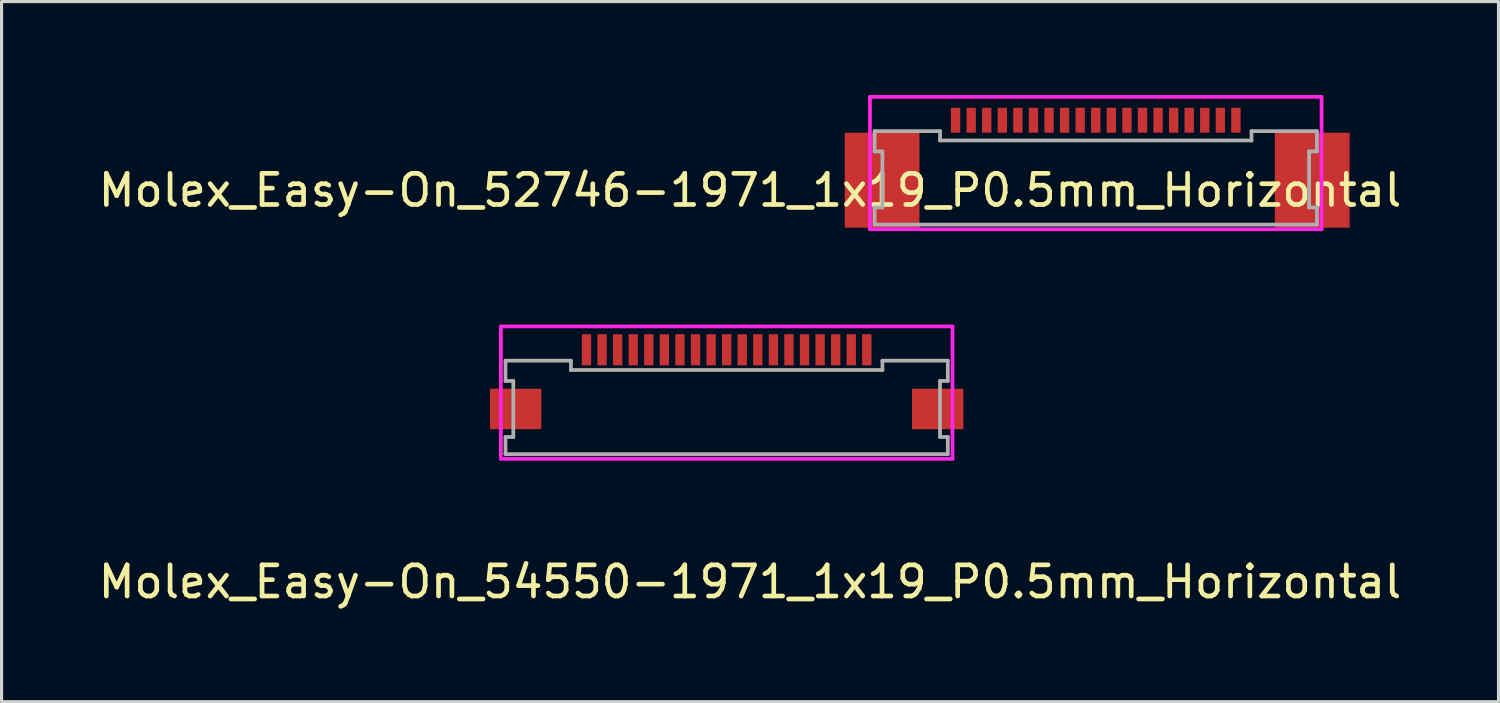
<source format=kicad_pcb>
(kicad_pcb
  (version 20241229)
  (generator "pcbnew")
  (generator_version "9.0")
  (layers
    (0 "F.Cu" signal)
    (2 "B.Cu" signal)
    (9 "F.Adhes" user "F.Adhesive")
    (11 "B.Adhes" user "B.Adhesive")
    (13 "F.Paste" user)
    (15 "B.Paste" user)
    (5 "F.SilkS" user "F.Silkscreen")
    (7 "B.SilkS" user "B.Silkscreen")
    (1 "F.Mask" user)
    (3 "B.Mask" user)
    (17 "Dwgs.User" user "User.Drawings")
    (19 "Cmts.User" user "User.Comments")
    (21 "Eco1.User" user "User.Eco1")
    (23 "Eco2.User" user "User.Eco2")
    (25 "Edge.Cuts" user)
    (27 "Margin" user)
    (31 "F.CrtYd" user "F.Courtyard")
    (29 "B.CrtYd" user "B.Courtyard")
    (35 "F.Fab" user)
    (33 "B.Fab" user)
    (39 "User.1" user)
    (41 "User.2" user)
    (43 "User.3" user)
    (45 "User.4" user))
  (footprint "Molex_Easy-On_54550-1971_1x19_P0.5mm_Horizontal"
    (layer "F.Cu")
    (at 20.28 8.68)
    (property "Reference" "Molex_Easy-On_54550-1971_1x19_P0.5mm_Horizontal" (at 0.75 6.95 0) (layer "F.SilkS") (effects (font (size 1 1) (thickness 0.15))))
    (attr through_hole)
    (fp_line (start -7.25 -1.25) (end 7.25 -1.25) (stroke (width 0.12) (type solid)) (layer "F.CrtYd"))
    (fp_line (start -7.25 3) (end -7.25 -1.25) (stroke (width 0.12) (type solid)) (layer "F.CrtYd"))
    (fp_line (start 7.25 -1.25) (end 7.25 3) (stroke (width 0.12) (type solid)) (layer "F.CrtYd"))
    (fp_line (start 7.25 3) (end -7.25 3) (stroke (width 0.12) (type solid)) (layer "F.CrtYd"))
    (fp_line (start -7.1 -0.15) (end -7.1 0.5) (stroke (width 0.12) (type solid)) (layer "F.Fab"))
    (fp_line (start -7.1 0.5) (end -6.85 0.5) (stroke (width 0.12) (type solid)) (layer "F.Fab"))
    (fp_line (start -7.1 2.3) (end -7.1 2.85) (stroke (width 0.12) (type solid)) (layer "F.Fab"))
    (fp_line (start -7.1 2.85) (end 7.1 2.85) (stroke (width 0.12) (type solid)) (layer "F.Fab"))
    (fp_line (start -6.85 0.5) (end -6.85 2.3) (stroke (width 0.12) (type solid)) (layer "F.Fab"))
    (fp_line (start -6.85 2.3) (end -7.1 2.3) (stroke (width 0.12) (type solid)) (layer "F.Fab"))
    (fp_line (start -5 -0.15) (end -7.1 -0.15) (stroke (width 0.12) (type solid)) (layer "F.Fab"))
    (fp_line (start -5 0.15) (end -5 -0.15) (stroke (width 0.12) (type solid)) (layer "F.Fab"))
    (fp_line (start 5 -0.15) (end 5 0.15) (stroke (width 0.12) (type solid)) (layer "F.Fab"))
    (fp_line (start 5 0.15) (end -5 0.15) (stroke (width 0.12) (type solid)) (layer "F.Fab"))
    (fp_line (start 6.85 0.5) (end 7.1 0.5) (stroke (width 0.12) (type solid)) (layer "F.Fab"))
    (fp_line (start 6.85 2.3) (end 6.85 0.5) (stroke (width 0.12) (type solid)) (layer "F.Fab"))
    (fp_line (start 7.1 -0.15) (end 5 -0.15) (stroke (width 0.12) (type solid)) (layer "F.Fab"))
    (fp_line (start 7.1 0.5) (end 7.1 -0.15) (stroke (width 0.12) (type solid)) (layer "F.Fab"))
    (fp_line (start 7.1 2.3) (end 6.85 2.3) (stroke (width 0.12) (type solid)) (layer "F.Fab"))
    (fp_line (start 7.1 2.85) (end 7.1 2.3) (stroke (width 0.12) (type solid)) (layer "F.Fab"))
    (pad "1" smd rect (at -4.5 -0.5) (size 0.3 1) (layers "F.Cu" "F.Mask" "F.Paste"))
    (pad "2" smd rect (at -4 -0.5) (size 0.3 1) (layers "F.Cu" "F.Mask" "F.Paste"))
    (pad "3" smd rect (at -3.5 -0.5) (size 0.3 1) (layers "F.Cu" "F.Mask" "F.Paste"))
    (pad "4" smd rect (at -3 -0.5) (size 0.3 1) (layers "F.Cu" "F.Mask" "F.Paste"))
    (pad "5" smd rect (at -2.5 -0.5) (size 0.3 1) (layers "F.Cu" "F.Mask" "F.Paste"))
    (pad "6" smd rect (at -2 -0.5) (size 0.3 1) (layers "F.Cu" "F.Mask" "F.Paste"))
    (pad "7" smd rect (at -1.5 -0.5) (size 0.3 1) (layers "F.Cu" "F.Mask" "F.Paste"))
    (pad "8" smd rect (at -1 -0.5) (size 0.3 1) (layers "F.Cu" "F.Mask" "F.Paste"))
    (pad "9" smd rect (at -0.5 -0.5) (size 0.3 1) (layers "F.Cu" "F.Mask" "F.Paste"))
    (pad "10" smd rect (at 0 -0.5) (size 0.3 1) (layers "F.Cu" "F.Mask" "F.Paste"))
    (pad "11" smd rect (at 0.5 -0.5) (size 0.3 1) (layers "F.Cu" "F.Mask" "F.Paste"))
    (pad "12" smd rect (at 1 -0.5) (size 0.3 1) (layers "F.Cu" "F.Mask" "F.Paste"))
    (pad "13" smd rect (at 1.5 -0.5) (size 0.3 1) (layers "F.Cu" "F.Mask" "F.Paste"))
    (pad "14" smd rect (at 2 -0.5) (size 0.3 1) (layers "F.Cu" "F.Mask" "F.Paste"))
    (pad "15" smd rect (at 2.5 -0.5) (size 0.3 1) (layers "F.Cu" "F.Mask" "F.Paste"))
    (pad "16" smd rect (at 3 -0.5) (size 0.3 1) (layers "F.Cu" "F.Mask" "F.Paste"))
    (pad "17" smd rect (at 3.5 -0.5) (size 0.3 1) (layers "F.Cu" "F.Mask" "F.Paste"))
    (pad "18" smd rect (at 4 -0.5) (size 0.3 1) (layers "F.Cu" "F.Mask" "F.Paste"))
    (pad "19" smd rect (at 4.5 -0.5) (size 0.3 1) (layers "F.Cu" "F.Mask" "F.Paste"))
    (pad "MP" smd rect (at -7.6 0.75) (size 1.65 1.3) (drill (offset 0.825 0.65)) (layers "F.Cu" "F.Mask" "F.Paste"))
    (pad "MP" smd rect (at 7.6 0.75) (size 1.65 1.3) (drill (offset -0.825 0.65)) (layers "F.Cu" "F.Mask" "F.Paste")))
  (footprint "Molex_Easy-On_52746-1971_1x19_P0.5mm_Horizontal"
    (layer "F.Cu")
    (at 32.13 0.81)
    (property "Reference" "Molex_Easy-On_52746-1971_1x19_P0.5mm_Horizontal" (at -11.1 2.25 0) (layer "F.SilkS") (effects (font (size 1 1) (thickness 0.15))))
    (attr through_hole)
    (fp_line (start -7.25 -0.75) (end 7.25 -0.75) (stroke (width 0.12) (type solid)) (layer "F.CrtYd"))
    (fp_line (start -7.25 3.5) (end -7.25 -0.75) (stroke (width 0.12) (type solid)) (layer "F.CrtYd"))
    (fp_line (start 7.25 -0.75) (end 7.25 3.5) (stroke (width 0.12) (type solid)) (layer "F.CrtYd"))
    (fp_line (start 7.25 3.5) (end -7.25 3.5) (stroke (width 0.12) (type solid)) (layer "F.CrtYd"))
    (fp_line (start -7.1 0.35) (end -7.1 1) (stroke (width 0.12) (type solid)) (layer "F.Fab"))
    (fp_line (start -7.1 1) (end -6.85 1) (stroke (width 0.12) (type solid)) (layer "F.Fab"))
    (fp_line (start -7.1 2.8) (end -7.1 3.35) (stroke (width 0.12) (type solid)) (layer "F.Fab"))
    (fp_line (start -7.1 3.35) (end 7.1 3.35) (stroke (width 0.12) (type solid)) (layer "F.Fab"))
    (fp_line (start -6.85 1) (end -6.85 2.8) (stroke (width 0.12) (type solid)) (layer "F.Fab"))
    (fp_line (start -6.85 2.8) (end -7.1 2.8) (stroke (width 0.12) (type solid)) (layer "F.Fab"))
    (fp_line (start -5 0.35) (end -7.1 0.35) (stroke (width 0.12) (type solid)) (layer "F.Fab"))
    (fp_line (start -5 0.65) (end -5 0.35) (stroke (width 0.12) (type solid)) (layer "F.Fab"))
    (fp_line (start 5 0.35) (end 5 0.65) (stroke (width 0.12) (type solid)) (layer "F.Fab"))
    (fp_line (start 5 0.65) (end -5 0.65) (stroke (width 0.12) (type solid)) (layer "F.Fab"))
    (fp_line (start 6.85 1) (end 7.1 1) (stroke (width 0.12) (type solid)) (layer "F.Fab"))
    (fp_line (start 6.85 2.8) (end 6.85 1) (stroke (width 0.12) (type solid)) (layer "F.Fab"))
    (fp_line (start 7.1 0.35) (end 5 0.35) (stroke (width 0.12) (type solid)) (layer "F.Fab"))
    (fp_line (start 7.1 1) (end 7.1 0.35) (stroke (width 0.12) (type solid)) (layer "F.Fab"))
    (fp_line (start 7.1 2.8) (end 6.85 2.8) (stroke (width 0.12) (type solid)) (layer "F.Fab"))
    (fp_line (start 7.1 3.35) (end 7.1 2.8) (stroke (width 0.12) (type solid)) (layer "F.Fab"))
    (pad "1" smd rect (at -4.5 0) (size 0.3 0.8) (layers "F.Cu" "F.Mask" "F.Paste"))
    (pad "2" smd rect (at -4 0) (size 0.3 0.8) (layers "F.Cu" "F.Mask" "F.Paste"))
    (pad "3" smd rect (at -3.5 0) (size 0.3 0.8) (layers "F.Cu" "F.Mask" "F.Paste"))
    (pad "4" smd rect (at -3 0) (size 0.3 0.8) (layers "F.Cu" "F.Mask" "F.Paste"))
    (pad "5" smd rect (at -2.5 0) (size 0.3 0.8) (layers "F.Cu" "F.Mask" "F.Paste"))
    (pad "6" smd rect (at -2 0) (size 0.3 0.8) (layers "F.Cu" "F.Mask" "F.Paste"))
    (pad "7" smd rect (at -1.5 0) (size 0.3 0.8) (layers "F.Cu" "F.Mask" "F.Paste"))
    (pad "8" smd rect (at -1 0) (size 0.3 0.8) (layers "F.Cu" "F.Mask" "F.Paste"))
    (pad "9" smd rect (at -0.5 0) (size 0.3 0.8) (layers "F.Cu" "F.Mask" "F.Paste"))
    (pad "10" smd rect (at 0 0) (size 0.3 0.8) (layers "F.Cu" "F.Mask" "F.Paste"))
    (pad "11" smd rect (at 0.5 0) (size 0.3 0.8) (layers "F.Cu" "F.Mask" "F.Paste"))
    (pad "12" smd rect (at 1 0) (size 0.3 0.8) (layers "F.Cu" "F.Mask" "F.Paste"))
    (pad "13" smd rect (at 1.5 0) (size 0.3 0.8) (layers "F.Cu" "F.Mask" "F.Paste"))
    (pad "14" smd rect (at 2 0) (size 0.3 0.8) (layers "F.Cu" "F.Mask" "F.Paste"))
    (pad "15" smd rect (at 2.5 0) (size 0.3 0.8) (layers "F.Cu" "F.Mask" "F.Paste"))
    (pad "16" smd rect (at 3 0) (size 0.3 0.8) (layers "F.Cu" "F.Mask" "F.Paste"))
    (pad "17" smd rect (at 3.5 0) (size 0.3 0.8) (layers "F.Cu" "F.Mask" "F.Paste"))
    (pad "18" smd rect (at 4 0) (size 0.3 0.8) (layers "F.Cu" "F.Mask" "F.Paste"))
    (pad "19" smd rect (at 4.5 0) (size 0.3 0.8) (layers "F.Cu" "F.Mask" "F.Paste"))
    (pad "MP" smd rect (at -8.06 0.4) (size 2.4 3.05) (drill (offset 1.2 1.525)) (layers "F.Cu" "F.Mask" "F.Paste"))
    (pad "MP" smd rect (at 5.75 0.4) (size 2.4 3.05) (drill (offset 1.2 1.525)) (layers "F.Cu" "F.Mask" "F.Paste")))
  (gr_rect
    (start -3 -3)
    (end 45.06 19.478)
    (stroke (width 0.1) (type default))
    (fill no)
    (layer "Edge.Cuts")))
</source>
